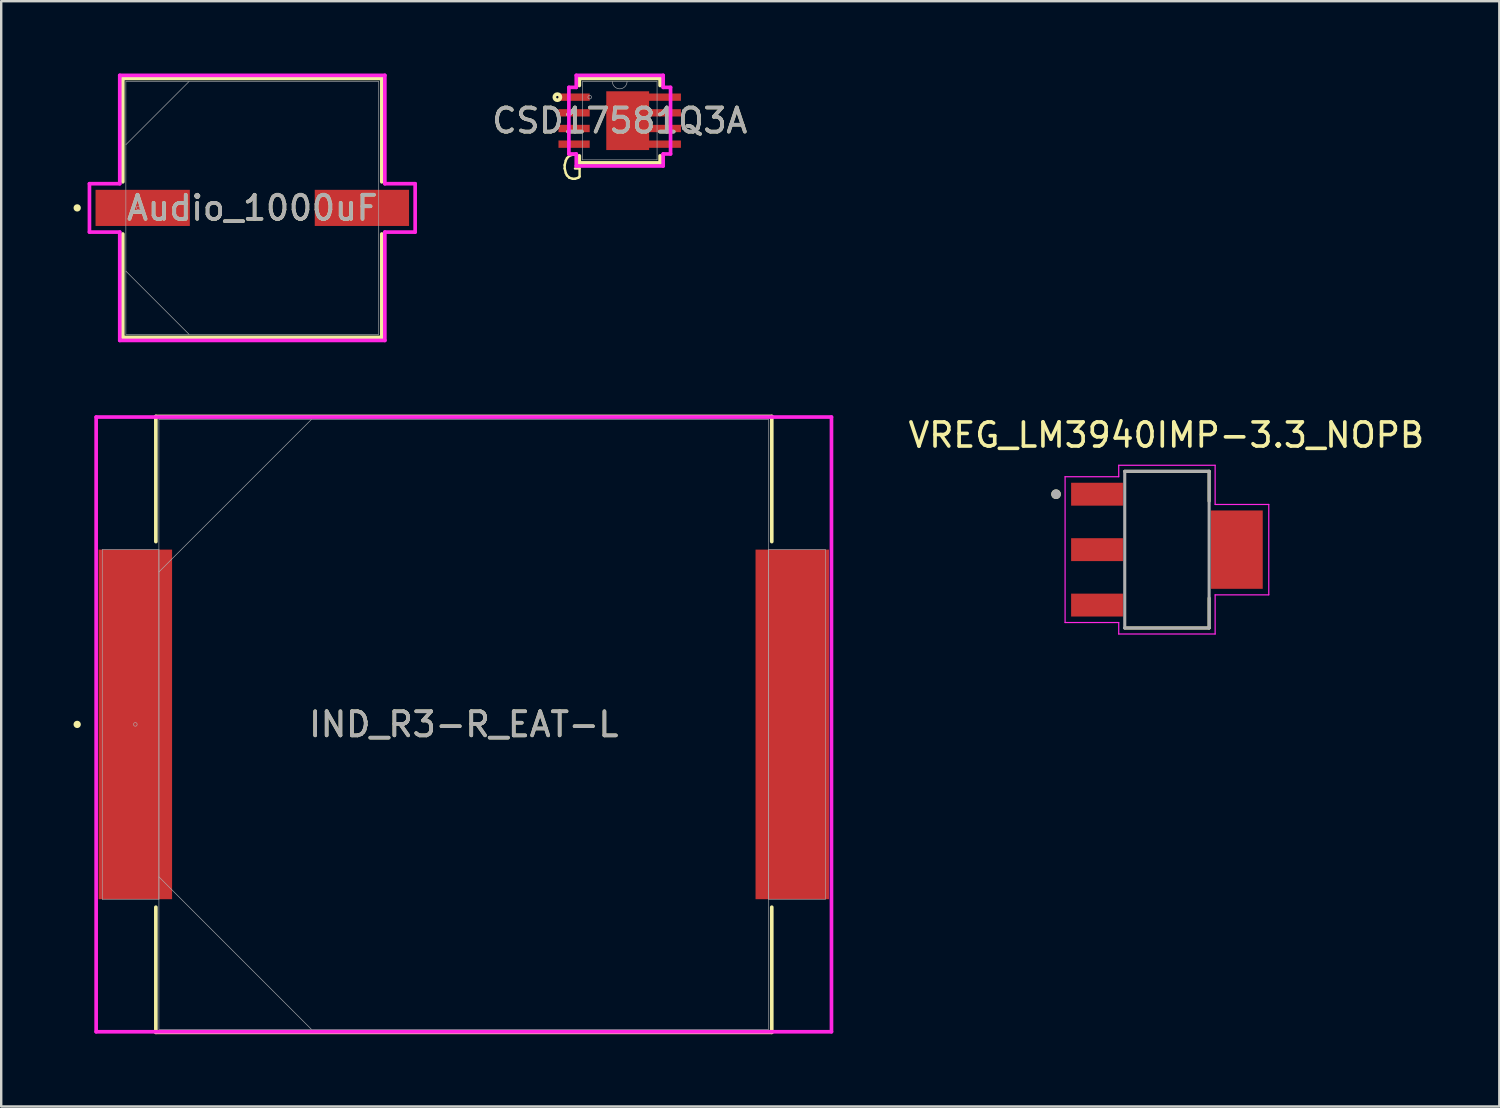
<source format=kicad_pcb>
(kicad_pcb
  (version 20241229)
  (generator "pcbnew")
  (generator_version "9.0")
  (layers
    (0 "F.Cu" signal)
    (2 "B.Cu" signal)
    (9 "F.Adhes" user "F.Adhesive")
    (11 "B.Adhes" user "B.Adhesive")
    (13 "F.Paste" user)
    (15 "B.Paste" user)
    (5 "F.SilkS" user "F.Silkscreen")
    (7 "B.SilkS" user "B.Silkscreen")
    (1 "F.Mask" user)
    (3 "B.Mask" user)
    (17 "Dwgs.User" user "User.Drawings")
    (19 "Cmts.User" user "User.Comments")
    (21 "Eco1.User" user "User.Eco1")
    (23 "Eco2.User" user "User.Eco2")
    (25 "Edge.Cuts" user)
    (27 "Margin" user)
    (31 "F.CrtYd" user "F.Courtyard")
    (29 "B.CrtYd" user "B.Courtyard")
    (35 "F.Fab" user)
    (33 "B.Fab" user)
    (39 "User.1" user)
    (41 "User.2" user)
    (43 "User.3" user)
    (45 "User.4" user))
  (footprint "CSD17581Q3A"
    (layer "F.Cu")
    (at 22.66 1.956)
    (property "Reference" "CSD17581Q3A" (at 0 0 0) (unlocked yes) (layer "F.SilkS") (effects (font (size 1 1) (thickness 0.15))))
    (attr smd)
    (fp_poly (pts (xy -0.558 -1.219) (xy 1.22 -1.219) (xy 1.22 -1.127) (xy 2.54 -1.127) (xy 2.54 -0.823) (xy 1.22 -0.823) (xy 1.22 -0.477) (xy 2.54 -0.477) (xy 2.54 -0.173) (xy 1.22 -0.173) (xy 1.22 0.173) (xy 2.54 0.173) (xy 2.54 0.477) (xy 1.22 0.477) (xy 1.22 0.823) (xy 2.54 0.823) (xy 2.54 1.127) (xy 1.22 1.127) (xy 1.22 1.219) (xy -0.558 1.219)) (stroke (width 0) (type solid)) (fill yes) (layer "F.Cu"))
    (fp_poly (pts (xy -0.558 -1.219) (xy 1.22 -1.219) (xy 1.22 -1.127) (xy 1.855 -1.127) (xy 1.855 -0.823) (xy 1.22 -0.823) (xy 1.22 -0.477) (xy 1.855 -0.477) (xy 1.855 -0.173) (xy 1.22 -0.173) (xy 1.22 0.173) (xy 1.855 0.173) (xy 1.855 0.477) (xy 1.22 0.477) (xy 1.22 0.823) (xy 1.855 0.823) (xy 1.855 1.127) (xy 1.22 1.127) (xy 1.22 1.219) (xy -0.558 1.219)) (stroke (width 0) (type solid)) (fill yes) (layer "F.Mask"))
    (fp_line (start -1.676 -1.753) (end -1.676 -1.46) (stroke (width 0.152) (type solid)) (layer "F.SilkS"))
    (fp_line (start -1.676 1.46) (end -1.676 1.753) (stroke (width 0.152) (type solid)) (layer "F.SilkS"))
    (fp_line (start -1.676 1.753) (end 1.676 1.753) (stroke (width 0.152) (type solid)) (layer "F.SilkS"))
    (fp_line (start 1.676 -1.753) (end -1.676 -1.753) (stroke (width 0.152) (type solid)) (layer "F.SilkS"))
    (fp_line (start 1.676 -1.46) (end 1.676 -1.753) (stroke (width 0.152) (type solid)) (layer "F.SilkS"))
    (fp_line (start 1.676 1.753) (end 1.676 1.46) (stroke (width 0.152) (type solid)) (layer "F.SilkS"))
    (fp_circle (center -2.586 -0.975) (end -2.459 -0.975) (stroke (width 0.152) (type solid)) (fill no) (layer "F.SilkS"))
    (fp_poly (pts (xy -0.558 -1.219) (xy 1.22 -1.219) (xy 1.22 -1.127) (xy 1.855 -1.127) (xy 1.855 -0.823) (xy 1.22 -0.823) (xy 1.22 -0.477) (xy 1.855 -0.477) (xy 1.855 -0.173) (xy 1.22 -0.173) (xy 1.22 0.173) (xy 1.855 0.173) (xy 1.855 0.477) (xy 1.22 0.477) (xy 1.22 0.823) (xy 1.855 0.823) (xy 1.855 1.127) (xy 1.22 1.127) (xy 1.22 1.219) (xy -0.558 1.219)) (stroke (width 0) (type solid)) (fill yes) (layer "F.Paste"))
    (fp_line (start -2.109 -1.381) (end -1.803 -1.381) (stroke (width 0.152) (type solid)) (layer "F.CrtYd"))
    (fp_line (start -2.109 1.381) (end -2.109 -1.381) (stroke (width 0.152) (type solid)) (layer "F.CrtYd"))
    (fp_line (start -2.109 1.381) (end -1.803 1.381) (stroke (width 0.152) (type solid)) (layer "F.CrtYd"))
    (fp_line (start -1.803 -1.88) (end 1.803 -1.88) (stroke (width 0.152) (type solid)) (layer "F.CrtYd"))
    (fp_line (start -1.803 -1.381) (end -1.803 -1.88) (stroke (width 0.152) (type solid)) (layer "F.CrtYd"))
    (fp_line (start -1.803 1.88) (end -1.803 1.381) (stroke (width 0.152) (type solid)) (layer "F.CrtYd"))
    (fp_line (start 1.803 -1.88) (end 1.803 -1.381) (stroke (width 0.152) (type solid)) (layer "F.CrtYd"))
    (fp_line (start 1.803 1.381) (end 1.803 1.88) (stroke (width 0.152) (type solid)) (layer "F.CrtYd"))
    (fp_line (start 1.803 1.88) (end -1.803 1.88) (stroke (width 0.152) (type solid)) (layer "F.CrtYd"))
    (fp_line (start 2.109 -1.381) (end 1.803 -1.381) (stroke (width 0.152) (type solid)) (layer "F.CrtYd"))
    (fp_line (start 2.109 -1.381) (end 2.109 1.381) (stroke (width 0.152) (type solid)) (layer "F.CrtYd"))
    (fp_line (start 2.109 1.381) (end 1.803 1.381) (stroke (width 0.152) (type solid)) (layer "F.CrtYd"))
    (fp_line (start -1.549 -1.626) (end -1.549 1.626) (stroke (width 0.025) (type solid)) (layer "F.Fab"))
    (fp_line (start -1.549 1.626) (end 1.549 1.626) (stroke (width 0.025) (type solid)) (layer "F.Fab"))
    (fp_line (start 1.549 -1.626) (end -1.549 -1.626) (stroke (width 0.025) (type solid)) (layer "F.Fab"))
    (fp_line (start 1.549 1.626) (end 1.549 -1.626) (stroke (width 0.025) (type solid)) (layer "F.Fab"))
    (fp_arc (start 0.3048 -1.6256) (mid 0 -1.3208) (end -0.3048 -1.6256) (stroke (width 0.0254) (type solid)) (layer "F.Fab"))
    (fp_circle (center -1.245 -0.975) (end -1.169 -0.975) (stroke (width 0.025) (type solid)) (fill no) (layer "F.Fab"))
    (fp_text user "G" (at -2.54 2.54 0) (unlocked yes) (layer "F.SilkS") (effects (font (size 1 1) (thickness 0.1)) (justify left bottom)))
    (fp_text user "${REFERENCE}" (at 0 0 0) (unlocked yes) (layer "F.Fab") (effects (font (size 1 1) (thickness 0.15))))
    (pad "1" smd rect (at -1.893 -0.975) (size 1.295 0.305) (layers "F.Cu" "F.Mask" "F.Paste"))
    (pad "2" smd rect (at -1.893 -0.325) (size 1.295 0.305) (layers "F.Cu" "F.Mask" "F.Paste"))
    (pad "3" smd rect (at -1.893 0.325) (size 1.295 0.305) (layers "F.Cu" "F.Mask" "F.Paste"))
    (pad "4" smd rect (at -1.893 0.975) (size 1.295 0.305) (layers "F.Cu" "F.Mask" "F.Paste"))
    (pad "5" smd rect (at 1.55 0.975) (size 0.127 0.127) (layers "F.Cu" "F.Mask" "F.Paste"))
    (pad "6" smd rect (at 1.55 0.325) (size 0.127 0.127) (layers "F.Cu" "F.Mask" "F.Paste"))
    (pad "7" smd rect (at 1.55 -0.325) (size 0.127 0.127) (layers "F.Cu" "F.Mask" "F.Paste"))
    (pad "8" smd rect (at 1.55 -0.975) (size 0.127 0.127) (layers "F.Cu" "F.Mask" "F.Paste"))
    (pad "9" smd rect (at 0.331 0) (size 0.127 0.127) (layers "F.Cu" "F.Mask" "F.Paste")))
  (footprint "Audio_1000uF"
    (layer "F.Cu")
    (at 7.417 5.575)
    (property "Reference" "Audio_1000uF" (at 0 0 0) (unlocked yes) (layer "F.SilkS") (effects (font (size 1 1) (thickness 0.15))))
    (attr smd)
    (fp_line (start -5.372 -5.372) (end -5.372 -1.082) (stroke (width 0.152) (type solid)) (layer "F.SilkS"))
    (fp_line (start -5.372 1.082) (end -5.372 5.372) (stroke (width 0.152) (type solid)) (layer "F.SilkS"))
    (fp_line (start -5.372 5.372) (end 5.372 5.372) (stroke (width 0.152) (type solid)) (layer "F.SilkS"))
    (fp_line (start 5.372 -5.372) (end -5.372 -5.372) (stroke (width 0.152) (type solid)) (layer "F.SilkS"))
    (fp_line (start 5.372 -1.082) (end 5.372 -5.372) (stroke (width 0.152) (type solid)) (layer "F.SilkS"))
    (fp_line (start 5.372 5.372) (end 5.372 1.082) (stroke (width 0.152) (type solid)) (layer "F.SilkS"))
    (fp_circle (center -7.264 0) (end -7.188 0) (stroke (width 0.152) (type solid)) (fill no) (layer "F.SilkS"))
    (fp_line (start -6.756 -1.003) (end -5.499 -1.003) (stroke (width 0.152) (type solid)) (layer "F.CrtYd"))
    (fp_line (start -6.756 1.003) (end -6.756 -1.003) (stroke (width 0.152) (type solid)) (layer "F.CrtYd"))
    (fp_line (start -5.499 -5.499) (end 5.499 -5.499) (stroke (width 0.152) (type solid)) (layer "F.CrtYd"))
    (fp_line (start -5.499 -1.003) (end -5.499 -5.499) (stroke (width 0.152) (type solid)) (layer "F.CrtYd"))
    (fp_line (start -5.499 1.003) (end -6.756 1.003) (stroke (width 0.152) (type solid)) (layer "F.CrtYd"))
    (fp_line (start -5.499 5.499) (end -5.499 1.003) (stroke (width 0.152) (type solid)) (layer "F.CrtYd"))
    (fp_line (start 5.499 -5.499) (end 5.499 -1.003) (stroke (width 0.152) (type solid)) (layer "F.CrtYd"))
    (fp_line (start 5.499 -1.003) (end 6.756 -1.003) (stroke (width 0.152) (type solid)) (layer "F.CrtYd"))
    (fp_line (start 5.499 1.003) (end 5.499 5.499) (stroke (width 0.152) (type solid)) (layer "F.CrtYd"))
    (fp_line (start 5.499 5.499) (end -5.499 5.499) (stroke (width 0.152) (type solid)) (layer "F.CrtYd"))
    (fp_line (start 6.756 -1.003) (end 6.756 1.003) (stroke (width 0.152) (type solid)) (layer "F.CrtYd"))
    (fp_line (start 6.756 1.003) (end 5.499 1.003) (stroke (width 0.152) (type solid)) (layer "F.CrtYd"))
    (fp_line (start -5.245 -5.245) (end -5.245 5.245) (stroke (width 0.025) (type solid)) (layer "F.Fab"))
    (fp_line (start -5.245 -2.623) (end -2.623 -5.245) (stroke (width 0.025) (type solid)) (layer "F.Fab"))
    (fp_line (start -5.245 2.623) (end -2.623 5.245) (stroke (width 0.025) (type solid)) (layer "F.Fab"))
    (fp_line (start -5.245 5.245) (end 5.245 5.245) (stroke (width 0.025) (type solid)) (layer "F.Fab"))
    (fp_line (start 5.245 -5.245) (end -5.245 -5.245) (stroke (width 0.025) (type solid)) (layer "F.Fab"))
    (fp_line (start 5.245 5.245) (end 5.245 -5.245) (stroke (width 0.025) (type solid)) (layer "F.Fab"))
    (fp_circle (center -4.737 0) (end -4.661 0) (stroke (width 0.025) (type solid)) (fill no) (layer "F.Fab"))
    (fp_text user "${REFERENCE}" (at 0 0 0) (unlocked yes) (layer "F.Fab") (effects (font (size 1 1) (thickness 0.15))))
    (pad "1" smd rect (at -4.547 0) (size 3.912 1.499) (layers "F.Cu" "F.Mask" "F.Paste"))
    (pad "2" smd rect (at 4.547 0) (size 3.912 1.499) (layers "F.Cu" "F.Mask" "F.Paste"))
    (zone (net_name "") (layer "F.Cu") (hatch full 0.508) (connect_pads) (min_thickness 0.254) (filled_areas_thickness no) (keepout (tracks not_allowed) (vias not_allowed) (pads allowed) (copperpour not_allowed) (footprints allowed)) (placement (enabled no)) (fill) (polygon (pts (xy 2.223 0.381) (xy 12.611 0.381) (xy 12.611 4.775) (xy 2.223 4.775))))
    (zone (net_name "") (layer "F.Cu") (hatch full 0.508) (connect_pads) (min_thickness 0.254) (filled_areas_thickness no) (keepout (tracks not_allowed) (vias not_allowed) (pads allowed) (copperpour not_allowed) (footprints allowed)) (placement (enabled no)) (fill) (polygon (pts (xy 2.223 6.375) (xy 12.611 6.375) (xy 12.611 10.77) (xy 2.223 10.77))))
    (zone (net_name "") (layer "F.Cu") (hatch full 0.508) (connect_pads) (min_thickness 0.254) (filled_areas_thickness no) (keepout (tracks not_allowed) (vias not_allowed) (pads allowed) (copperpour not_allowed) (footprints allowed)) (placement (enabled no)) (fill) (polygon (pts (xy 4.877 4.775) (xy 9.957 4.775) (xy 9.957 6.375) (xy 4.877 6.375)))))
  (footprint "IND_R3-R_EAT-L"
    (layer "F.Cu")
    (at 16.192 27.003)
    (property "Reference" "IND_R3-R_EAT-L" (at 0 0 0) (unlocked yes) (layer "F.SilkS") (effects (font (size 1 1) (thickness 0.15))))
    (attr smd)
    (fp_line (start -12.776 -12.776) (end -12.776 -7.584) (stroke (width 0.152) (type solid)) (layer "F.SilkS"))
    (fp_line (start -12.776 7.584) (end -12.776 12.776) (stroke (width 0.152) (type solid)) (layer "F.SilkS"))
    (fp_line (start -12.776 12.776) (end 12.776 12.776) (stroke (width 0.152) (type solid)) (layer "F.SilkS"))
    (fp_line (start 12.776 -12.776) (end -12.776 -12.776) (stroke (width 0.152) (type solid)) (layer "F.SilkS"))
    (fp_line (start 12.776 -7.584) (end 12.776 -12.776) (stroke (width 0.152) (type solid)) (layer "F.SilkS"))
    (fp_line (start 12.776 12.776) (end 12.776 7.584) (stroke (width 0.152) (type solid)) (layer "F.SilkS"))
    (fp_circle (center -16.04 0) (end -15.964 0) (stroke (width 0.152) (type solid)) (fill no) (layer "F.SilkS"))
    (fp_line (start -15.253 -12.751) (end 15.253 -12.751) (stroke (width 0.152) (type solid)) (layer "F.CrtYd"))
    (fp_line (start -15.253 12.751) (end -15.253 -12.751) (stroke (width 0.152) (type solid)) (layer "F.CrtYd"))
    (fp_line (start 15.253 -12.751) (end 15.253 12.751) (stroke (width 0.152) (type solid)) (layer "F.CrtYd"))
    (fp_line (start 15.253 12.751) (end -15.253 12.751) (stroke (width 0.152) (type solid)) (layer "F.CrtYd"))
    (fp_line (start -14.999 -7.252) (end -14.999 7.252) (stroke (width 0.025) (type solid)) (layer "F.Fab"))
    (fp_line (start -14.999 7.252) (end -12.649 7.252) (stroke (width 0.025) (type solid)) (layer "F.Fab"))
    (fp_line (start -12.649 -12.649) (end -12.649 12.649) (stroke (width 0.025) (type solid)) (layer "F.Fab"))
    (fp_line (start -12.649 -7.252) (end -14.999 -7.252) (stroke (width 0.025) (type solid)) (layer "F.Fab"))
    (fp_line (start -12.649 -6.325) (end -6.325 -12.649) (stroke (width 0.025) (type solid)) (layer "F.Fab"))
    (fp_line (start -12.649 6.325) (end -6.325 12.649) (stroke (width 0.025) (type solid)) (layer "F.Fab"))
    (fp_line (start -12.649 7.252) (end -12.649 -7.252) (stroke (width 0.025) (type solid)) (layer "F.Fab"))
    (fp_line (start -12.649 12.649) (end 12.649 12.649) (stroke (width 0.025) (type solid)) (layer "F.Fab"))
    (fp_line (start 12.649 -12.649) (end -12.649 -12.649) (stroke (width 0.025) (type solid)) (layer "F.Fab"))
    (fp_line (start 12.649 -7.252) (end 12.649 7.252) (stroke (width 0.025) (type solid)) (layer "F.Fab"))
    (fp_line (start 12.649 7.252) (end 14.999 7.252) (stroke (width 0.025) (type solid)) (layer "F.Fab"))
    (fp_line (start 12.649 12.649) (end 12.649 -12.649) (stroke (width 0.025) (type solid)) (layer "F.Fab"))
    (fp_line (start 14.999 -7.252) (end 12.649 -7.252) (stroke (width 0.025) (type solid)) (layer "F.Fab"))
    (fp_line (start 14.999 7.252) (end 14.999 -7.252) (stroke (width 0.025) (type solid)) (layer "F.Fab"))
    (fp_circle (center -13.627 0) (end -13.551 0) (stroke (width 0.025) (type solid)) (fill no) (layer "F.Fab"))
    (fp_text user "${REFERENCE}" (at 0 0 0) (unlocked yes) (layer "F.Fab") (effects (font (size 1 1) (thickness 0.15))))
    (pad "1" smd rect (at -13.627 0) (size 3.048 14.503) (layers "F.Cu" "F.Mask" "F.Paste"))
    (pad "2" smd rect (at 13.627 0) (size 3.048 14.503) (layers "F.Cu" "F.Mask" "F.Paste"))
    (zone (net_name "") (layer "F.Cu") (hatch full 0.508) (connect_pads) (min_thickness 0.254) (filled_areas_thickness no) (keepout (tracks not_allowed) (vias not_allowed) (pads allowed) (copperpour not_allowed) (footprints allowed)) (placement (enabled no)) (fill) (polygon (pts (xy 4.14 14.405) (xy 28.245 14.405) (xy 28.245 39.601) (xy 4.14 39.601)))))
  (footprint "VREG_LM3940IMP-3.3_NOPB"
    (layer "F.Cu")
    (at 45.362 19.753)
    (property "Reference" "VREG_LM3940IMP-3.3_NOPB" (at -0.025 -4.754 0) (layer "F.SilkS") (effects (font (size 1 1) (thickness 0.15))))
    (attr smd)
    (fp_line (start -1.75 -3.25) (end 1.75 -3.25) (stroke (width 0.127) (type solid)) (layer "F.SilkS"))
    (fp_line (start -1.75 3.25) (end 1.75 3.25) (stroke (width 0.127) (type solid)) (layer "F.SilkS"))
    (fp_line (start 1.75 -3.25) (end 1.75 -2.01) (stroke (width 0.127) (type solid)) (layer "F.SilkS"))
    (fp_line (start 1.75 3.25) (end 1.75 2.01) (stroke (width 0.127) (type solid)) (layer "F.SilkS"))
    (fp_circle (center -4.6 -2.3) (end -4.5 -2.3) (stroke (width 0.2) (type solid)) (fill no) (layer "F.SilkS"))
    (fp_line (start -4.225 -3.025) (end -4.225 3.025) (stroke (width 0.05) (type solid)) (layer "F.CrtYd"))
    (fp_line (start -4.225 3.025) (end -2 3.025) (stroke (width 0.05) (type solid)) (layer "F.CrtYd"))
    (fp_line (start -2 -3.5) (end -2 -3.025) (stroke (width 0.05) (type solid)) (layer "F.CrtYd"))
    (fp_line (start -2 -3.025) (end -4.225 -3.025) (stroke (width 0.05) (type solid)) (layer "F.CrtYd"))
    (fp_line (start -2 3.025) (end -2 3.5) (stroke (width 0.05) (type solid)) (layer "F.CrtYd"))
    (fp_line (start -2 3.5) (end 2 3.5) (stroke (width 0.05) (type solid)) (layer "F.CrtYd"))
    (fp_line (start 2 -3.5) (end -2 -3.5) (stroke (width 0.05) (type solid)) (layer "F.CrtYd"))
    (fp_line (start 2 -1.875) (end 2 -3.5) (stroke (width 0.05) (type solid)) (layer "F.CrtYd"))
    (fp_line (start 2 1.875) (end 4.225 1.875) (stroke (width 0.05) (type solid)) (layer "F.CrtYd"))
    (fp_line (start 2 3.5) (end 2 1.875) (stroke (width 0.05) (type solid)) (layer "F.CrtYd"))
    (fp_line (start 4.225 -1.875) (end 2 -1.875) (stroke (width 0.05) (type solid)) (layer "F.CrtYd"))
    (fp_line (start 4.225 1.875) (end 4.225 -1.875) (stroke (width 0.05) (type solid)) (layer "F.CrtYd"))
    (fp_line (start -1.75 -3.25) (end -1.75 3.25) (stroke (width 0.127) (type solid)) (layer "F.Fab"))
    (fp_line (start 1.75 -3.25) (end -1.75 -3.25) (stroke (width 0.127) (type solid)) (layer "F.Fab"))
    (fp_line (start 1.75 -3.25) (end 1.75 3.25) (stroke (width 0.127) (type solid)) (layer "F.Fab"))
    (fp_line (start 1.75 3.25) (end -1.75 3.25) (stroke (width 0.127) (type solid)) (layer "F.Fab"))
    (fp_circle (center -4.6 -2.3) (end -4.5 -2.3) (stroke (width 0.2) (type solid)) (fill no) (layer "F.Fab"))
    (pad "1" smd rect (at -2.9 -2.3 270) (size 0.95 2.15) (layers "F.Cu" "F.Mask" "F.Paste"))
    (pad "2" smd rect (at -2.9 0 270) (size 0.95 2.15) (layers "F.Cu" "F.Mask" "F.Paste"))
    (pad "3" smd rect (at -2.9 2.3 270) (size 0.95 2.15) (layers "F.Cu" "F.Mask" "F.Paste"))
    (pad "4" smd rect (at 2.9 0 270) (size 3.25 2.15) (layers "F.Cu" "F.Mask" "F.Paste")))
  (gr_rect
    (start -3 -3)
    (end 59.152 42.855)
    (stroke (width 0.1) (type default))
    (fill no)
    (layer "Edge.Cuts")))
</source>
